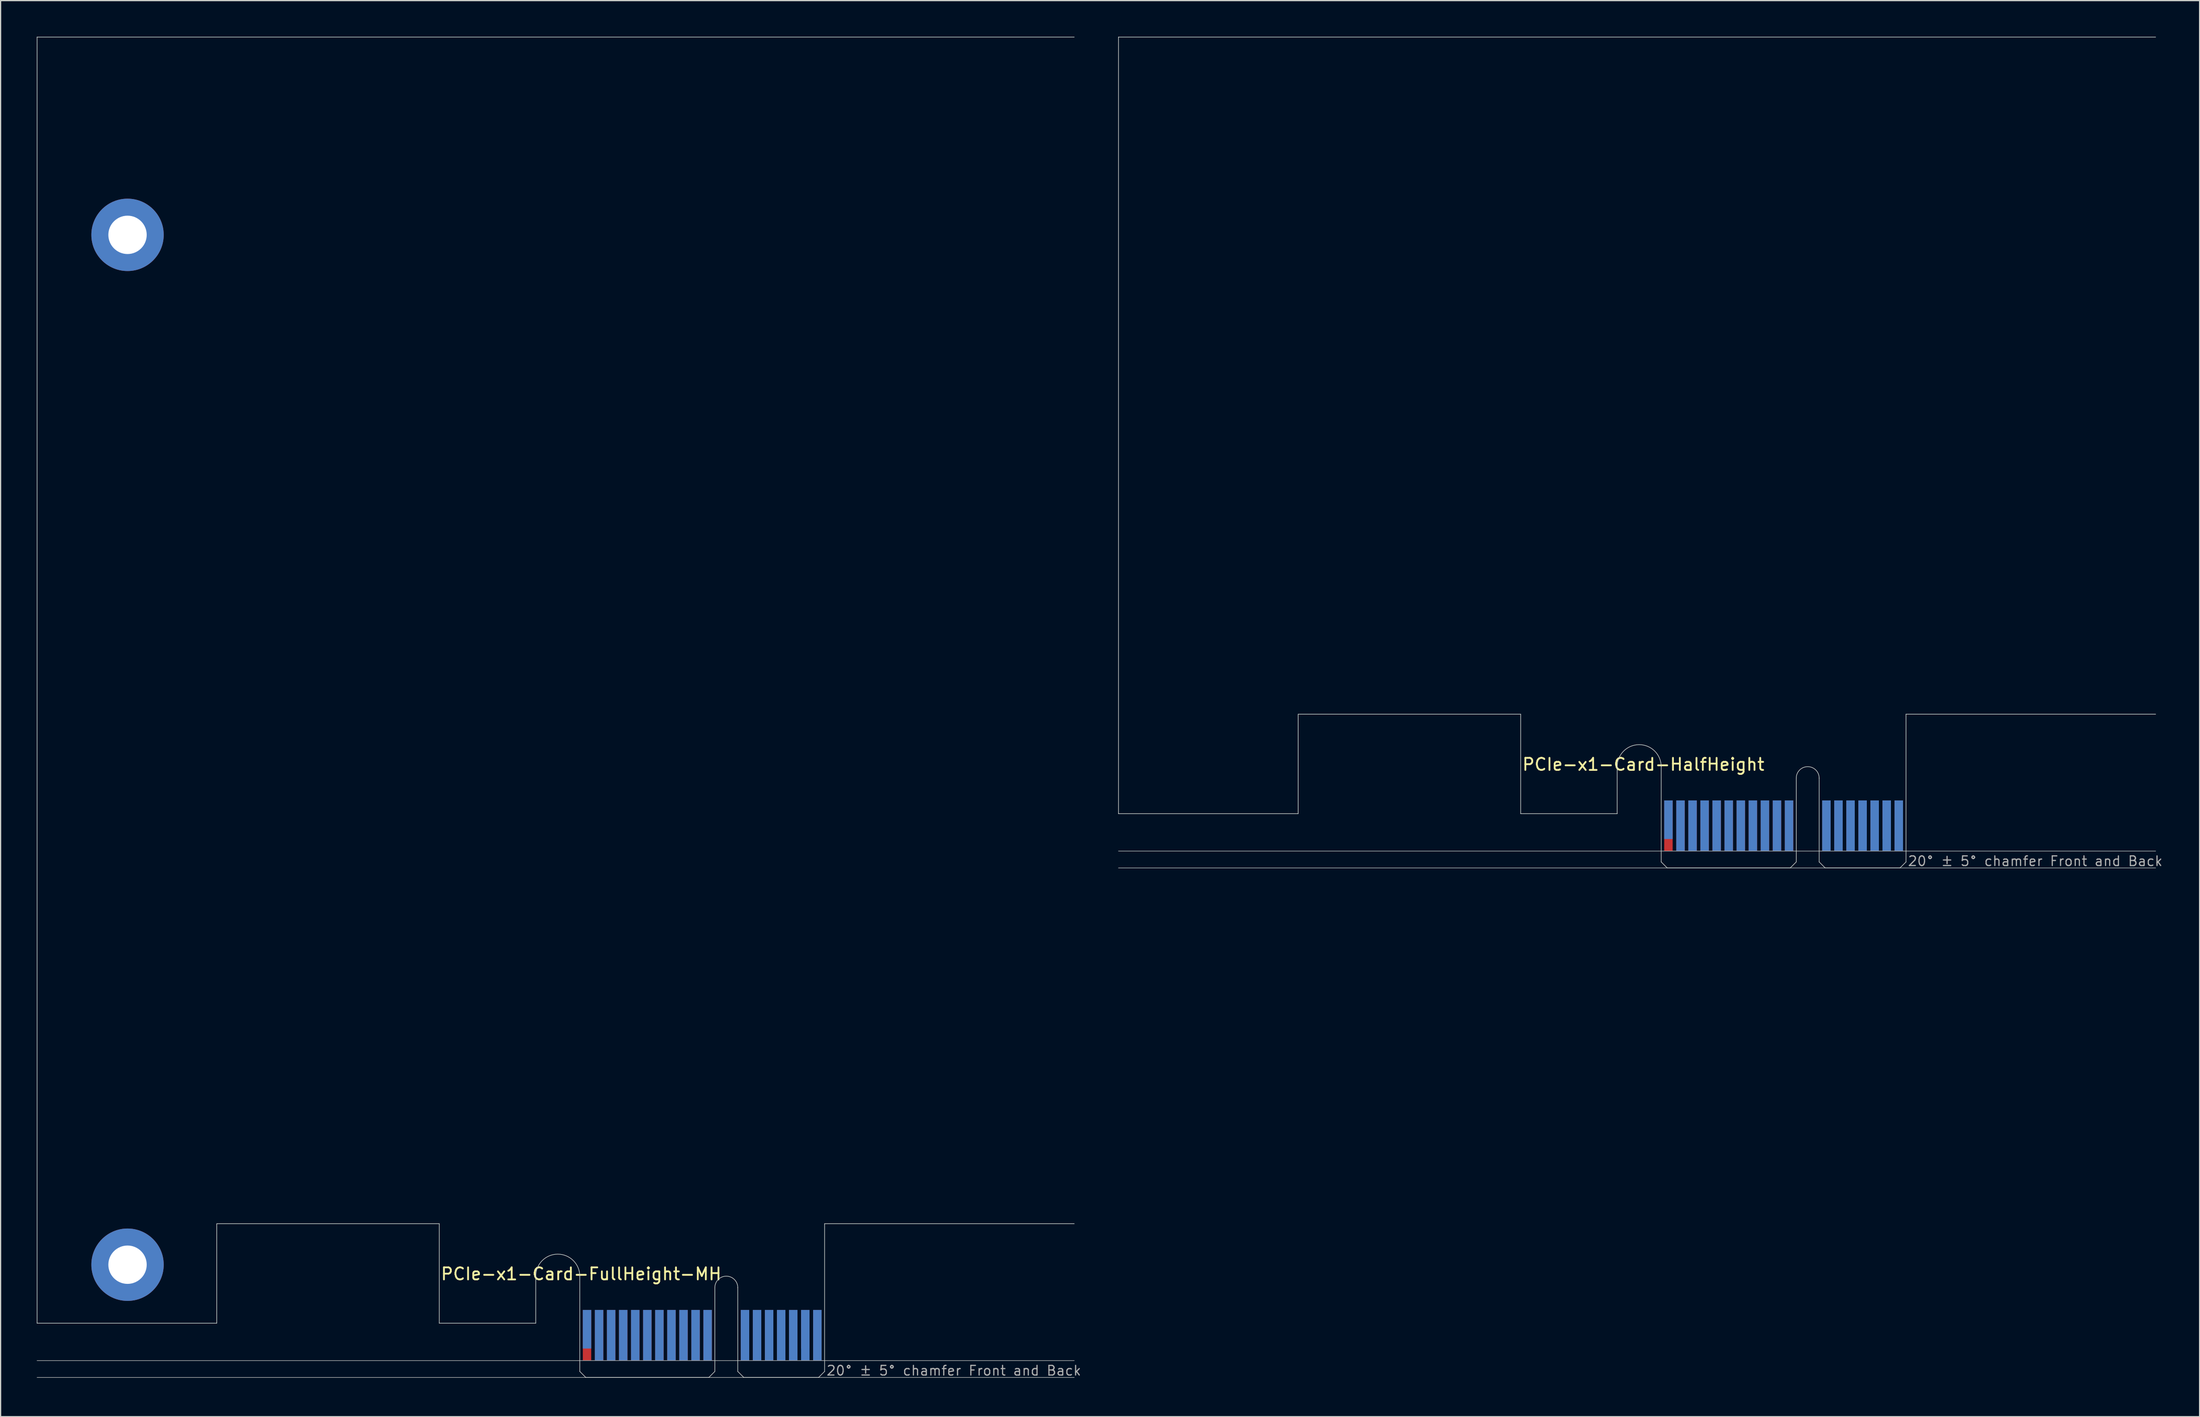
<source format=kicad_pcb>
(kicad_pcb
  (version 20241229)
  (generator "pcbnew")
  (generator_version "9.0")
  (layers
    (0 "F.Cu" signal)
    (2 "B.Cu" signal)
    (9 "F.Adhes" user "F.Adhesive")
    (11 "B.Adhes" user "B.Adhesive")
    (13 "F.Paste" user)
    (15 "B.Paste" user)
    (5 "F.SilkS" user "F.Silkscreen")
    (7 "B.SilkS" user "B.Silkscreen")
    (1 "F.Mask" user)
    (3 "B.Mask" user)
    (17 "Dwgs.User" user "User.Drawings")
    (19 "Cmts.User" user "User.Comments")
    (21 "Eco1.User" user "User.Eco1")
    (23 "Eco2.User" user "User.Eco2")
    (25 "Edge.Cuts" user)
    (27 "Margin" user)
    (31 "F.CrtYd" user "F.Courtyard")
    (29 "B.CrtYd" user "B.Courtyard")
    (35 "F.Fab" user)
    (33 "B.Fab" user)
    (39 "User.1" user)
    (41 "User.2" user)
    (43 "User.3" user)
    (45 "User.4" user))
  (footprint "PCIe-x1-Card-FullHeight-MH"
    (layer "F.Cu")
    (at 45.025 111.175)
    (property "Reference" "PCIe-x1-Card-FullHeight-MH" (at -11.6 -8 0) (layer "F.SilkS") (effects (font (size 1 1) (thickness 0.15)) (justify left bottom)))
    (attr exclude_from_pos_files exclude_from_bom)
    (fp_poly (pts (xy -3.65 -4.5) (xy -11.65 -4.5) (xy -11.65 -7.95) (xy -3.65 -7.95)) (stroke (width 0.1) (type solid)) (fill yes) (layer "F.Mask"))
    (fp_poly (pts (xy 11.2 -5.45) (xy 0 -5.45) (xy 0 0) (xy 11.2 0)) (stroke (width 0.1) (type solid)) (fill yes) (layer "F.Mask"))
    (fp_poly (pts (xy 20.3 -5.45) (xy 13.1 -5.45) (xy 13.1 0) (xy 20.3 0)) (stroke (width 0.1) (type solid)) (fill yes) (layer "F.Mask"))
    (fp_poly (pts (xy -3.65 -7.95) (xy -11.65 -7.95) (xy -11.65 -4.5) (xy -3.65 -4.5)) (stroke (width 0.1) (type solid)) (fill yes) (layer "B.Mask"))
    (fp_poly (pts (xy 11.2 0) (xy 0 0) (xy 0 -5.45) (xy 11.2 -5.45)) (stroke (width 0.1) (type solid)) (fill yes) (layer "B.Mask"))
    (fp_poly (pts (xy 20.3 -5.45) (xy 13.1 -5.45) (xy 13.1 0) (xy 20.3 0)) (stroke (width 0.1) (type solid)) (fill yes) (layer "B.Mask"))
    (fp_line (start -45 -111.15) (end 41 -111.15) (stroke (width 0.05) (type solid)) (layer "Edge.Cuts"))
    (fp_line (start -45 -4.5) (end -45 -111.15) (stroke (width 0.05) (type solid)) (layer "Edge.Cuts"))
    (fp_line (start -30.1 -12.75) (end -30.1 -4.5) (stroke (width 0.05) (type solid)) (layer "Edge.Cuts"))
    (fp_line (start -30.1 -4.5) (end -45 -4.5) (stroke (width 0.05) (type solid)) (layer "Edge.Cuts"))
    (fp_line (start -11.65 -12.75) (end -30.1 -12.75) (stroke (width 0.05) (type solid)) (layer "Edge.Cuts"))
    (fp_line (start -11.65 -4.5) (end -11.65 -12.75) (stroke (width 0.05) (type solid)) (layer "Edge.Cuts"))
    (fp_line (start -3.65 -4.5) (end -11.65 -4.5) (stroke (width 0.05) (type solid)) (layer "Edge.Cuts"))
    (fp_line (start -3.65 -4.5) (end -3.65 -8.4) (stroke (width 0.05) (type solid)) (layer "Edge.Cuts"))
    (fp_line (start 0 -0.5) (end 0 -8.4) (stroke (width 0.05) (type solid)) (layer "Edge.Cuts"))
    (fp_line (start 0.5 0) (end 0 -0.5) (stroke (width 0.05) (type solid)) (layer "Edge.Cuts"))
    (fp_line (start 0.5 0) (end 10.7 0) (stroke (width 0.05) (type solid)) (layer "Edge.Cuts"))
    (fp_line (start 10.7 0) (end 11.2 -0.5) (stroke (width 0.05) (type solid)) (layer "Edge.Cuts"))
    (fp_line (start 11.2 -0.5) (end 11.2 -7.45) (stroke (width 0.05) (type solid)) (layer "Edge.Cuts"))
    (fp_line (start 13.1 -0.5) (end 13.1 -7.45) (stroke (width 0.05) (type solid)) (layer "Edge.Cuts"))
    (fp_line (start 13.6 0) (end 13.1 -0.5) (stroke (width 0.05) (type solid)) (layer "Edge.Cuts"))
    (fp_line (start 19.8 0) (end 13.6 0) (stroke (width 0.05) (type solid)) (layer "Edge.Cuts"))
    (fp_line (start 19.8 0) (end 20.3 -0.5) (stroke (width 0.05) (type solid)) (layer "Edge.Cuts"))
    (fp_line (start 20.3 -12.75) (end 41 -12.75) (stroke (width 0.05) (type solid)) (layer "Edge.Cuts"))
    (fp_line (start 20.3 -0.5) (end 20.3 -12.75) (stroke (width 0.05) (type solid)) (layer "Edge.Cuts"))
    (fp_arc (start -3.65 -8.4) (mid -1.825 -10.225) (end 0 -8.4) (stroke (width 0.05) (type solid)) (layer "Edge.Cuts"))
    (fp_arc (start 11.2 -7.45) (mid 12.15 -8.4) (end 13.1 -7.45) (stroke (width 0.05) (type solid)) (layer "Edge.Cuts"))
    (fp_line (start -45 -1.4) (end 41 -1.4) (stroke (width 0.05) (type solid)) (layer "F.Fab"))
    (fp_line (start 41 0) (end -45 0) (stroke (width 0.05) (type solid)) (layer "F.Fab"))
    (fp_text user "20° ± 5° chamfer Front and Back" (at 20.4 -0.1 0) (layer "F.Fab") (effects (font (size 0.8 0.8) (thickness 0.1)) (justify left bottom)))
    (pad "A1" smd rect (at 0.6 -4) (size 0.7 3.2) (layers "B.Cu"))
    (pad "A2" smd rect (at 1.6 -3.5) (size 0.7 4.2) (layers "B.Cu"))
    (pad "A3" smd rect (at 2.6 -3.5) (size 0.7 4.2) (layers "B.Cu"))
    (pad "A4" smd rect (at 3.6 -3.5) (size 0.7 4.2) (layers "B.Cu"))
    (pad "A5" smd rect (at 4.6 -3.5) (size 0.7 4.2) (layers "B.Cu"))
    (pad "A6" smd rect (at 5.6 -3.5) (size 0.7 4.2) (layers "B.Cu"))
    (pad "A7" smd rect (at 6.6 -3.5) (size 0.7 4.2) (layers "B.Cu"))
    (pad "A8" smd rect (at 7.6 -3.5) (size 0.7 4.2) (layers "B.Cu"))
    (pad "A9" smd rect (at 8.6 -3.5) (size 0.7 4.2) (layers "B.Cu"))
    (pad "A10" smd rect (at 9.6 -3.5) (size 0.7 4.2) (layers "B.Cu"))
    (pad "A11" smd rect (at 10.6 -3.5) (size 0.7 4.2) (layers "B.Cu"))
    (pad "A12" smd rect (at 13.7 -3.5) (size 0.7 4.2) (layers "B.Cu"))
    (pad "A13" smd rect (at 14.7 -3.5) (size 0.7 4.2) (layers "B.Cu"))
    (pad "A14" smd rect (at 15.7 -3.5) (size 0.7 4.2) (layers "B.Cu"))
    (pad "A15" smd rect (at 16.7 -3.5) (size 0.7 4.2) (layers "B.Cu"))
    (pad "A16" smd rect (at 17.7 -3.5) (size 0.7 4.2) (layers "B.Cu"))
    (pad "A17" smd rect (at 18.7 -3.5) (size 0.7 4.2) (layers "B.Cu"))
    (pad "A18" smd rect (at 19.7 -3.5) (size 0.7 4.2) (layers "B.Cu"))
    (pad "B1" smd rect (at 0.6 -3.5) (size 0.7 4.2) (layers "F.Cu"))
    (pad "B2" smd rect (at 1.6 -3.5) (size 0.7 4.2) (layers "F.Cu"))
    (pad "B3" smd rect (at 2.6 -3.5) (size 0.7 4.2) (layers "F.Cu"))
    (pad "B4" smd rect (at 3.6 -3.5) (size 0.7 4.2) (layers "F.Cu"))
    (pad "B5" smd rect (at 4.6 -3.5) (size 0.7 4.2) (layers "F.Cu"))
    (pad "B6" smd rect (at 5.6 -3.5) (size 0.7 4.2) (layers "F.Cu"))
    (pad "B7" smd rect (at 6.6 -3.5) (size 0.7 4.2) (layers "F.Cu"))
    (pad "B8" smd rect (at 7.6 -3.5) (size 0.7 4.2) (layers "F.Cu"))
    (pad "B9" smd rect (at 8.6 -3.5) (size 0.7 4.2) (layers "F.Cu"))
    (pad "B10" smd rect (at 9.6 -3.5) (size 0.7 4.2) (layers "F.Cu"))
    (pad "B11" smd rect (at 10.6 -3.5) (size 0.7 4.2) (layers "F.Cu"))
    (pad "B12" smd rect (at 13.7 -3.5) (size 0.7 4.2) (layers "F.Cu"))
    (pad "B13" smd rect (at 14.7 -3.5) (size 0.7 4.2) (layers "F.Cu"))
    (pad "B14" smd rect (at 15.7 -3.5) (size 0.7 4.2) (layers "F.Cu"))
    (pad "B15" smd rect (at 16.7 -3.5) (size 0.7 4.2) (layers "F.Cu"))
    (pad "B16" smd rect (at 17.7 -3.5) (size 0.7 4.2) (layers "F.Cu"))
    (pad "B17" smd rect (at 18.7 -4) (size 0.7 3.2) (layers "F.Cu"))
    (pad "B18" smd rect (at 19.7 -3.5) (size 0.7 4.2) (layers "F.Cu"))
    (pad "GND" thru_hole circle (at -37.5 -94.75) (size 6 6) (drill 3.18) (layers "*.Cu" "*.Mask"))
    (pad "GND" thru_hole circle (at -37.5 -9.35) (size 6 6) (drill 3.18) (layers "*.Cu" "*.Mask")))
  (footprint "PCIe-x1-Card-HalfHeight"
    (layer "F.Cu")
    (at 134.695 68.925)
    (property "Reference" "PCIe-x1-Card-HalfHeight" (at -11.6 -8 0) (layer "F.SilkS") (effects (font (size 1 1) (thickness 0.15)) (justify left bottom)))
    (attr exclude_from_pos_files exclude_from_bom)
    (fp_poly (pts (xy -3.65 -4.5) (xy -11.65 -4.5) (xy -11.65 -7.95) (xy -3.65 -7.95)) (stroke (width 0.1) (type solid)) (fill yes) (layer "F.Mask"))
    (fp_poly (pts (xy 11.2 -5.45) (xy 0 -5.45) (xy 0 0) (xy 11.2 0)) (stroke (width 0.1) (type solid)) (fill yes) (layer "F.Mask"))
    (fp_poly (pts (xy 20.3 -5.45) (xy 13.1 -5.45) (xy 13.1 0) (xy 20.3 0)) (stroke (width 0.1) (type solid)) (fill yes) (layer "F.Mask"))
    (fp_poly (pts (xy -3.65 -7.95) (xy -11.65 -7.95) (xy -11.65 -4.5) (xy -3.65 -4.5)) (stroke (width 0.1) (type solid)) (fill yes) (layer "B.Mask"))
    (fp_poly (pts (xy 11.2 0) (xy 0 0) (xy 0 -5.45) (xy 11.2 -5.45)) (stroke (width 0.1) (type solid)) (fill yes) (layer "B.Mask"))
    (fp_poly (pts (xy 20.3 -5.45) (xy 13.1 -5.45) (xy 13.1 0) (xy 20.3 0)) (stroke (width 0.1) (type solid)) (fill yes) (layer "B.Mask"))
    (fp_line (start -45 -68.9) (end 41 -68.9) (stroke (width 0.05) (type solid)) (layer "Edge.Cuts"))
    (fp_line (start -45 -4.5) (end -45 -68.9) (stroke (width 0.05) (type solid)) (layer "Edge.Cuts"))
    (fp_line (start -30.1 -12.75) (end -30.1 -4.5) (stroke (width 0.05) (type solid)) (layer "Edge.Cuts"))
    (fp_line (start -30.1 -4.5) (end -45 -4.5) (stroke (width 0.05) (type solid)) (layer "Edge.Cuts"))
    (fp_line (start -11.65 -12.75) (end -30.1 -12.75) (stroke (width 0.05) (type solid)) (layer "Edge.Cuts"))
    (fp_line (start -11.65 -4.5) (end -11.65 -12.75) (stroke (width 0.05) (type solid)) (layer "Edge.Cuts"))
    (fp_line (start -3.65 -4.5) (end -11.65 -4.5) (stroke (width 0.05) (type solid)) (layer "Edge.Cuts"))
    (fp_line (start -3.65 -4.5) (end -3.65 -8.4) (stroke (width 0.05) (type solid)) (layer "Edge.Cuts"))
    (fp_line (start 0 -0.5) (end 0 -8.4) (stroke (width 0.05) (type solid)) (layer "Edge.Cuts"))
    (fp_line (start 0.5 0) (end 0 -0.5) (stroke (width 0.05) (type solid)) (layer "Edge.Cuts"))
    (fp_line (start 0.5 0) (end 10.7 0) (stroke (width 0.05) (type solid)) (layer "Edge.Cuts"))
    (fp_line (start 10.7 0) (end 11.2 -0.5) (stroke (width 0.05) (type solid)) (layer "Edge.Cuts"))
    (fp_line (start 11.2 -0.5) (end 11.2 -7.45) (stroke (width 0.05) (type solid)) (layer "Edge.Cuts"))
    (fp_line (start 13.1 -0.5) (end 13.1 -7.45) (stroke (width 0.05) (type solid)) (layer "Edge.Cuts"))
    (fp_line (start 13.6 0) (end 13.1 -0.5) (stroke (width 0.05) (type solid)) (layer "Edge.Cuts"))
    (fp_line (start 19.8 0) (end 13.6 0) (stroke (width 0.05) (type solid)) (layer "Edge.Cuts"))
    (fp_line (start 19.8 0) (end 20.3 -0.5) (stroke (width 0.05) (type solid)) (layer "Edge.Cuts"))
    (fp_line (start 20.3 -12.75) (end 41 -12.75) (stroke (width 0.05) (type solid)) (layer "Edge.Cuts"))
    (fp_line (start 20.3 -0.5) (end 20.3 -12.75) (stroke (width 0.05) (type solid)) (layer "Edge.Cuts"))
    (fp_arc (start -3.65 -8.4) (mid -1.825 -10.225) (end 0 -8.4) (stroke (width 0.05) (type solid)) (layer "Edge.Cuts"))
    (fp_arc (start 11.2 -7.45) (mid 12.15 -8.4) (end 13.1 -7.45) (stroke (width 0.05) (type solid)) (layer "Edge.Cuts"))
    (fp_line (start -45 -1.4) (end 41 -1.4) (stroke (width 0.05) (type solid)) (layer "F.Fab"))
    (fp_line (start 41 0) (end -45 0) (stroke (width 0.05) (type solid)) (layer "F.Fab"))
    (fp_text user "20° ± 5° chamfer Front and Back" (at 20.4 -0.1 0) (layer "F.Fab") (effects (font (size 0.8 0.8) (thickness 0.1)) (justify left bottom)))
    (pad "A1" smd rect (at 0.6 -4) (size 0.7 3.2) (layers "B.Cu"))
    (pad "A2" smd rect (at 1.6 -3.5) (size 0.7 4.2) (layers "B.Cu"))
    (pad "A3" smd rect (at 2.6 -3.5) (size 0.7 4.2) (layers "B.Cu"))
    (pad "A4" smd rect (at 3.6 -3.5) (size 0.7 4.2) (layers "B.Cu"))
    (pad "A5" smd rect (at 4.6 -3.5) (size 0.7 4.2) (layers "B.Cu"))
    (pad "A6" smd rect (at 5.6 -3.5) (size 0.7 4.2) (layers "B.Cu"))
    (pad "A7" smd rect (at 6.6 -3.5) (size 0.7 4.2) (layers "B.Cu"))
    (pad "A8" smd rect (at 7.6 -3.5) (size 0.7 4.2) (layers "B.Cu"))
    (pad "A9" smd rect (at 8.6 -3.5) (size 0.7 4.2) (layers "B.Cu"))
    (pad "A10" smd rect (at 9.6 -3.5) (size 0.7 4.2) (layers "B.Cu"))
    (pad "A11" smd rect (at 10.6 -3.5) (size 0.7 4.2) (layers "B.Cu"))
    (pad "A12" smd rect (at 13.7 -3.5) (size 0.7 4.2) (layers "B.Cu"))
    (pad "A13" smd rect (at 14.7 -3.5) (size 0.7 4.2) (layers "B.Cu"))
    (pad "A14" smd rect (at 15.7 -3.5) (size 0.7 4.2) (layers "B.Cu"))
    (pad "A15" smd rect (at 16.7 -3.5) (size 0.7 4.2) (layers "B.Cu"))
    (pad "A16" smd rect (at 17.7 -3.5) (size 0.7 4.2) (layers "B.Cu"))
    (pad "A17" smd rect (at 18.7 -3.5) (size 0.7 4.2) (layers "B.Cu"))
    (pad "A18" smd rect (at 19.7 -3.5) (size 0.7 4.2) (layers "B.Cu"))
    (pad "B1" smd rect (at 0.6 -3.5) (size 0.7 4.2) (layers "F.Cu"))
    (pad "B2" smd rect (at 1.6 -3.5) (size 0.7 4.2) (layers "F.Cu"))
    (pad "B3" smd rect (at 2.6 -3.5) (size 0.7 4.2) (layers "F.Cu"))
    (pad "B4" smd rect (at 3.6 -3.5) (size 0.7 4.2) (layers "F.Cu"))
    (pad "B5" smd rect (at 4.6 -3.5) (size 0.7 4.2) (layers "F.Cu"))
    (pad "B6" smd rect (at 5.6 -3.5) (size 0.7 4.2) (layers "F.Cu"))
    (pad "B7" smd rect (at 6.6 -3.5) (size 0.7 4.2) (layers "F.Cu"))
    (pad "B8" smd rect (at 7.6 -3.5) (size 0.7 4.2) (layers "F.Cu"))
    (pad "B9" smd rect (at 8.6 -3.5) (size 0.7 4.2) (layers "F.Cu"))
    (pad "B10" smd rect (at 9.6 -3.5) (size 0.7 4.2) (layers "F.Cu"))
    (pad "B11" smd rect (at 10.6 -3.5) (size 0.7 4.2) (layers "F.Cu"))
    (pad "B12" smd rect (at 13.7 -3.5) (size 0.7 4.2) (layers "F.Cu"))
    (pad "B13" smd rect (at 14.7 -3.5) (size 0.7 4.2) (layers "F.Cu"))
    (pad "B14" smd rect (at 15.7 -3.5) (size 0.7 4.2) (layers "F.Cu"))
    (pad "B15" smd rect (at 16.7 -3.5) (size 0.7 4.2) (layers "F.Cu"))
    (pad "B16" smd rect (at 17.7 -3.5) (size 0.7 4.2) (layers "F.Cu"))
    (pad "B17" smd rect (at 18.7 -4) (size 0.7 3.2) (layers "F.Cu"))
    (pad "B18" smd rect (at 19.7 -3.5) (size 0.7 4.2) (layers "F.Cu")))
  (gr_rect
    (start -3 -3)
    (end 179.34 114.425)
    (stroke (width 0.1) (type default))
    (fill no)
    (layer "Edge.Cuts")))
</source>
